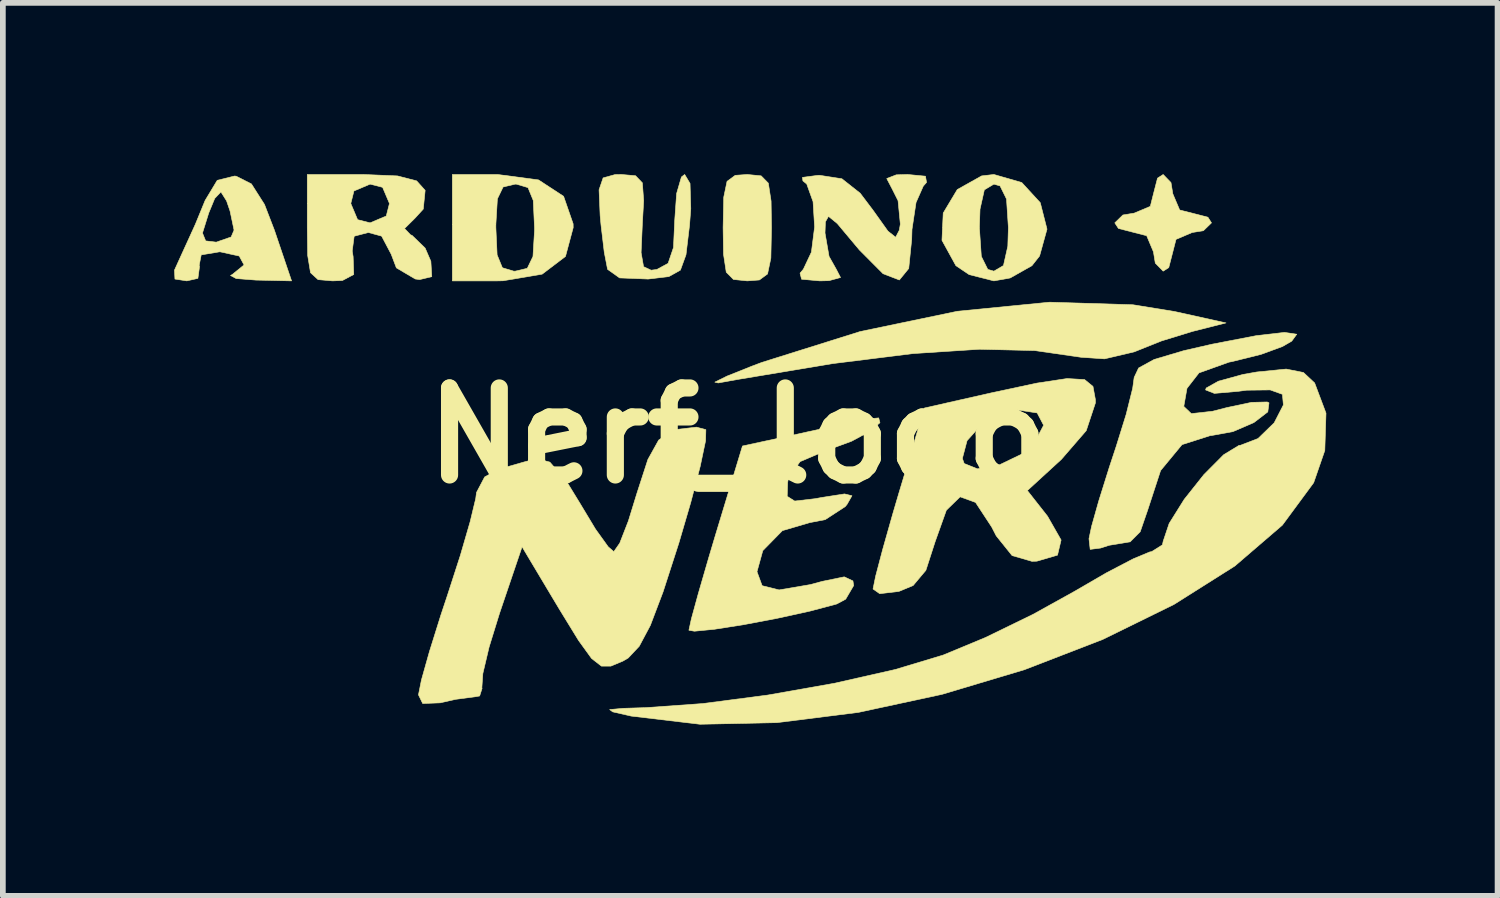
<source format=kicad_pcb>
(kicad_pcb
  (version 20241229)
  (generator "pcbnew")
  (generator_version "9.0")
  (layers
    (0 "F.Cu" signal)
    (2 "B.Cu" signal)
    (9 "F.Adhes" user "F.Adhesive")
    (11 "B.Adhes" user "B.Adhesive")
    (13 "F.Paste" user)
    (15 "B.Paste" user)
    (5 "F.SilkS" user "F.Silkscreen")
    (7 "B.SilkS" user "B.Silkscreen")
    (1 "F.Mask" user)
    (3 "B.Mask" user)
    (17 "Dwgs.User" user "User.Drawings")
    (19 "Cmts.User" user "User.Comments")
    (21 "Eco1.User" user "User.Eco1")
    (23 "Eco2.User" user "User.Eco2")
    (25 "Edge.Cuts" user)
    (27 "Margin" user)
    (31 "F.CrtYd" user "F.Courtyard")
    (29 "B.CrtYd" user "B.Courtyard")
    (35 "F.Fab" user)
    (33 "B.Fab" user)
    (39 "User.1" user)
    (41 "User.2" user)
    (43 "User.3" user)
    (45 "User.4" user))
  (footprint "Nerf_logo"
    (layer "F.Cu")
    (at 9.865 4.577)
    (property "Reference" "Nerf_logo" (at 0 0 0) (layer "F.SilkS") (effects (font (size 1.524 1.524) (thickness 0.3))))
    (attr through_hole)
    (fp_poly (pts (xy 0.412 -4.548) (xy 0.538 -4.42) (xy 0.586 -4.106) (xy 0.593 -3.641) (xy 0.582 -3.107) (xy 0.524 -2.83) (xy 0.381 -2.725) (xy 0.169 -2.709) (xy -0.073 -2.734) (xy -0.199 -2.861) (xy -0.247 -3.176) (xy -0.254 -3.641) (xy -0.243 -4.174) (xy -0.185 -4.452) (xy -0.042 -4.557) (xy 0.169 -4.572) (xy 0.412 -4.548)) (stroke (width 0.01) (type solid)) (fill yes) (layer "F.SilkS"))
    (fp_poly (pts (xy 6.922 -2.291) (xy 7.654 -2.172) (xy 8.551 -1.973) (xy 7.959 -1.823) (xy 7.42 -1.657) (xy 6.948 -1.468) (xy 6.943 -1.466) (xy 6.424 -1.344) (xy 6.011 -1.372) (xy 5.203 -1.489) (xy 4.234 -1.512) (xy 3.068 -1.436) (xy 1.665 -1.261) (xy -0.013 -0.981) (xy -0.339 -0.922) (xy -0.399 -0.936) (xy -0.185 -1.042) (xy 0.258 -1.219) (xy 0.423 -1.281) (xy 2.146 -1.822) (xy 3.849 -2.177) (xy 5.463 -2.336) (xy 6.922 -2.291)) (stroke (width 0.01) (type solid)) (fill yes) (layer "F.SilkS"))
    (fp_poly (pts (xy 7.588 -4.43) (xy 7.62 -4.233) (xy 7.74 -3.95) (xy 7.959 -3.895) (xy 8.234 -3.824) (xy 8.297 -3.725) (xy 8.156 -3.588) (xy 7.959 -3.556) (xy 7.676 -3.436) (xy 7.62 -3.217) (xy 7.549 -2.942) (xy 7.451 -2.879) (xy 7.313 -3.02) (xy 7.281 -3.217) (xy 7.162 -3.5) (xy 6.943 -3.556) (xy 6.668 -3.627) (xy 6.604 -3.725) (xy 6.746 -3.863) (xy 6.943 -3.895) (xy 7.226 -4.014) (xy 7.281 -4.233) (xy 7.352 -4.508) (xy 7.451 -4.572) (xy 7.588 -4.43)) (stroke (width 0.01) (type solid)) (fill yes) (layer "F.SilkS"))
    (fp_poly (pts (xy 4.975 -4.431) (xy 5.299 -4.078) (xy 5.417 -3.615) (xy 5.287 -3.145) (xy 5.153 -2.975) (xy 4.772 -2.76) (xy 4.487 -2.709) (xy 4.054 -2.819) (xy 3.822 -2.975) (xy 3.578 -3.419) (xy 3.588 -3.641) (xy 4.233 -3.641) (xy 4.267 -3.138) (xy 4.38 -2.91) (xy 4.487 -2.879) (xy 4.655 -2.978) (xy 4.731 -3.317) (xy 4.741 -3.641) (xy 4.708 -4.143) (xy 4.595 -4.372) (xy 4.487 -4.403) (xy 4.32 -4.303) (xy 4.244 -3.964) (xy 4.233 -3.641) (xy 3.588 -3.641) (xy 3.6 -3.897) (xy 3.846 -4.308) (xy 4.272 -4.547) (xy 4.487 -4.572) (xy 4.975 -4.431)) (stroke (width 0.01) (type solid)) (fill yes) (layer "F.SilkS"))
    (fp_poly (pts (xy -3.486 -4.477) (xy -3.047 -4.19) (xy -2.88 -3.708) (xy -2.879 -3.641) (xy -3.014 -3.137) (xy -3.422 -2.827) (xy -4.107 -2.711) (xy -4.203 -2.709) (xy -4.995 -2.709) (xy -4.995 -3.641) (xy -4.233 -3.641) (xy -4.211 -3.164) (xy -4.119 -2.939) (xy -3.919 -2.879) (xy -3.895 -2.879) (xy -3.683 -2.929) (xy -3.583 -3.136) (xy -3.556 -3.586) (xy -3.556 -3.641) (xy -3.578 -4.117) (xy -3.67 -4.342) (xy -3.87 -4.402) (xy -3.895 -4.403) (xy -4.106 -4.353) (xy -4.206 -4.146) (xy -4.233 -3.695) (xy -4.233 -3.641) (xy -4.995 -3.641) (xy -4.995 -4.572) (xy -4.203 -4.572) (xy -3.486 -4.477)) (stroke (width 0.01) (type solid)) (fill yes) (layer "F.SilkS"))
    (fp_poly (pts (xy -0.833 -4.415) (xy -0.82 -3.974) (xy -0.842 -3.683) (xy -0.904 -3.166) (xy -1.002 -2.897) (xy -1.205 -2.784) (xy -1.568 -2.741) (xy -2.066 -2.761) (xy -2.277 -2.911) (xy -2.335 -3.211) (xy -2.392 -3.69) (xy -2.407 -3.852) (xy -2.426 -4.304) (xy -2.355 -4.512) (xy -2.147 -4.57) (xy -2.036 -4.572) (xy -1.787 -4.55) (xy -1.668 -4.426) (xy -1.645 -4.114) (xy -1.668 -3.71) (xy -1.69 -3.204) (xy -1.647 -2.958) (xy -1.514 -2.896) (xy -1.414 -2.909) (xy -1.217 -3.016) (xy -1.123 -3.293) (xy -1.101 -3.771) (xy -1.068 -4.239) (xy -0.984 -4.528) (xy -0.927 -4.572) (xy -0.833 -4.415)) (stroke (width 0.01) (type solid)) (fill yes) (layer "F.SilkS"))
    (fp_poly (pts (xy -8.778 -4.541) (xy -8.513 -4.407) (xy -8.284 -4.047) (xy -8.111 -3.598) (xy -7.81 -2.709) (xy -8.435 -2.723) (xy -8.78 -2.75) (xy -8.879 -2.803) (xy -8.848 -2.821) (xy -8.642 -2.988) (xy -8.726 -3.144) (xy -9.058 -3.217) (xy -9.077 -3.217) (xy -9.392 -3.164) (xy -9.428 -2.98) (xy -9.421 -2.963) (xy -9.45 -2.753) (xy -9.644 -2.709) (xy -9.852 -2.741) (xy -9.86 -2.897) (xy -9.734 -3.175) (xy -9.564 -3.547) (xy -9.37 -3.547) (xy -9.314 -3.409) (xy -9.129 -3.387) (xy -8.868 -3.478) (xy -8.817 -3.598) (xy -8.887 -3.932) (xy -8.948 -4.11) (xy -9.047 -4.267) (xy -9.155 -4.153) (xy -9.26 -3.899) (xy -9.37 -3.547) (xy -9.564 -3.547) (xy -9.494 -3.701) (xy -9.323 -4.118) (xy -9.111 -4.47) (xy -8.807 -4.545) (xy -8.778 -4.541)) (stroke (width 0.01) (type solid)) (fill yes) (layer "F.SilkS"))
    (fp_poly (pts (xy -5.957 -4.547) (xy -5.62 -4.46) (xy -5.471 -4.294) (xy -5.504 -3.966) (xy -5.65 -3.806) (xy -5.832 -3.626) (xy -5.726 -3.515) (xy -5.701 -3.506) (xy -5.471 -3.283) (xy -5.371 -3.052) (xy -5.355 -2.783) (xy -5.567 -2.732) (xy -5.644 -2.742) (xy -5.975 -2.937) (xy -6.065 -3.175) (xy -6.233 -3.493) (xy -6.466 -3.556) (xy -6.714 -3.491) (xy -6.748 -3.232) (xy -6.732 -3.133) (xy -6.721 -2.821) (xy -6.919 -2.716) (xy -7.093 -2.709) (xy -7.346 -2.731) (xy -7.478 -2.852) (xy -7.528 -3.155) (xy -7.535 -3.641) (xy -7.535 -4.064) (xy -6.773 -4.064) (xy -6.654 -3.781) (xy -6.435 -3.725) (xy -6.152 -3.845) (xy -6.096 -4.064) (xy -6.216 -4.347) (xy -6.435 -4.403) (xy -6.718 -4.283) (xy -6.773 -4.064) (xy -7.535 -4.064) (xy -7.535 -4.572) (xy -6.556 -4.572) (xy -5.957 -4.547)) (stroke (width 0.01) (type solid)) (fill yes) (layer "F.SilkS"))
    (fp_poly (pts (xy 3.289 -4.542) (xy 3.308 -4.433) (xy 3.251 -4.369) (xy 3.124 -4.082) (xy 3.053 -3.61) (xy 3.048 -3.437) (xy 2.996 -2.926) (xy 2.832 -2.725) (xy 2.547 -2.834) (xy 2.132 -3.251) (xy 2.054 -3.344) (xy 1.745 -3.713) (xy 1.591 -3.839) (xy 1.537 -3.743) (xy 1.53 -3.548) (xy 1.601 -3.137) (xy 1.727 -2.913) (xy 1.802 -2.768) (xy 1.6 -2.713) (xy 1.439 -2.709) (xy 1.12 -2.738) (xy 1.093 -2.844) (xy 1.151 -2.913) (xy 1.292 -3.212) (xy 1.348 -3.653) (xy 1.321 -4.096) (xy 1.21 -4.405) (xy 1.143 -4.46) (xy 1.135 -4.521) (xy 1.399 -4.556) (xy 1.439 -4.557) (xy 1.826 -4.497) (xy 2.146 -4.244) (xy 2.371 -3.946) (xy 2.632 -3.58) (xy 2.767 -3.473) (xy 2.831 -3.596) (xy 2.849 -3.703) (xy 2.809 -4.114) (xy 2.702 -4.327) (xy 2.611 -4.501) (xy 2.778 -4.566) (xy 2.976 -4.572) (xy 3.289 -4.542)) (stroke (width 0.01) (type solid)) (fill yes) (layer "F.SilkS"))
    (fp_poly (pts (xy 9.79 -1.775) (xy 9.702 -1.654) (xy 9.54 -1.56) (xy 9.164 -1.422) (xy 8.661 -1.297) (xy 8.603 -1.286) (xy 8.078 -1.098) (xy 7.868 -0.828) (xy 7.812 -0.511) (xy 7.944 -0.385) (xy 8.314 -0.426) (xy 8.568 -0.491) (xy 8.998 -0.582) (xy 9.273 -0.589) (xy 9.304 -0.574) (xy 9.283 -0.415) (xy 9.039 -0.228) (xy 8.673 -0.07) (xy 8.291 -0.000159) (xy 8.275 0) (xy 7.781 0.158) (xy 7.406 0.612) (xy 7.179 1.306) (xy 7.049 1.683) (xy 6.872 1.861) (xy 6.853 1.863) (xy 6.503 1.921) (xy 6.355 1.969) (xy 6.173 1.992) (xy 6.152 1.805) (xy 6.198 1.588) (xy 6.322 1.148) (xy 6.508 0.554) (xy 6.63 0.185) (xy 6.803 -0.371) (xy 6.917 -0.828) (xy 6.943 -1.018) (xy 7.021 -1.184) (xy 7.293 -1.333) (xy 7.811 -1.487) (xy 8.309 -1.601) (xy 9.077 -1.749) (xy 9.576 -1.807) (xy 9.79 -1.775)) (stroke (width 0.01) (type solid)) (fill yes) (layer "F.SilkS"))
    (fp_poly (pts (xy 2.492 -0.226) (xy 2.317 -0.075) (xy 1.996 0.098) (xy 1.58 0.251) (xy 1.559 0.257) (xy 1.093 0.456) (xy 0.891 0.744) (xy 0.876 0.819) (xy 0.868 1.063) (xy 0.999 1.146) (xy 1.354 1.105) (xy 1.469 1.084) (xy 1.872 1.021) (xy 2.002 1.053) (xy 1.916 1.204) (xy 1.884 1.243) (xy 1.534 1.471) (xy 1.261 1.524) (xy 0.784 1.664) (xy 0.441 2.014) (xy 0.339 2.383) (xy 0.429 2.628) (xy 0.726 2.702) (xy 1.271 2.609) (xy 1.483 2.552) (xy 1.867 2.473) (xy 2.019 2.544) (xy 2.032 2.625) (xy 1.892 2.864) (xy 1.736 2.948) (xy 1.271 3.072) (xy 0.698 3.198) (xy 0.108 3.31) (xy -0.407 3.391) (xy -0.756 3.425) (xy -0.853 3.408) (xy -0.81 3.21) (xy -0.688 2.765) (xy -0.509 2.148) (xy -0.388 1.742) (xy 0.085 0.182) (xy 0.928 -0.000188) (xy 1.515 -0.129) (xy 2.031 -0.244) (xy 2.198 -0.283) (xy 2.47 -0.31) (xy 2.492 -0.226)) (stroke (width 0.01) (type solid)) (fill yes) (layer "F.SilkS"))
    (fp_poly (pts (xy 6.075 -0.981) (xy 6.222 -0.861) (xy 6.264 -0.633) (xy 6.265 -0.573) (xy 6.104 -0.087) (xy 5.669 0.416) (xy 5.073 0.962) (xy 5.426 1.411) (xy 5.664 1.828) (xy 5.601 2.093) (xy 5.239 2.199) (xy 5.152 2.201) (xy 4.806 2.101) (xy 4.528 1.755) (xy 4.45 1.603) (xy 4.166 1.17) (xy 3.896 1.072) (xy 3.655 1.306) (xy 3.459 1.855) (xy 3.296 2.359) (xy 3.073 2.625) (xy 2.824 2.728) (xy 2.488 2.768) (xy 2.371 2.686) (xy 2.417 2.46) (xy 2.54 1.993) (xy 2.718 1.365) (xy 2.82 1.019) (xy 3.006 0.4) (xy 3.935 0.4) (xy 3.967 0.489) (xy 4.199 0.582) (xy 4.578 0.515) (xy 4.975 0.324) (xy 5.184 0.148) (xy 5.358 -0.181) (xy 5.245 -0.397) (xy 4.888 -0.451) (xy 4.677 -0.413) (xy 4.292 -0.218) (xy 4.017 0.089) (xy 3.935 0.4) (xy 3.006 0.4) (xy 3.27 -0.483) (xy 4.45 -0.75) (xy 5.245 -0.92) (xy 5.768 -0.999) (xy 6.075 -0.981)) (stroke (width 0.01) (type solid)) (fill yes) (layer "F.SilkS"))
    (fp_poly (pts (xy -0.556 -0.104) (xy -0.561 0.09) (xy -0.655 0.538) (xy -0.821 1.172) (xy -1.029 1.881) (xy -1.306 2.738) (xy -1.528 3.323) (xy -1.723 3.689) (xy -1.916 3.894) (xy -2.008 3.948) (xy -2.219 4.036) (xy -2.385 4.036) (xy -2.557 3.902) (xy -2.785 3.587) (xy -3.117 3.046) (xy -3.284 2.767) (xy -3.774 1.947) (xy -4.169 3.112) (xy -4.351 3.701) (xy -4.461 4.166) (xy -4.478 4.415) (xy -4.474 4.425) (xy -4.517 4.559) (xy -4.604 4.574) (xy -4.94 4.618) (xy -5.207 4.679) (xy -5.514 4.691) (xy -5.588 4.539) (xy -5.536 4.279) (xy -5.397 3.785) (xy -5.196 3.143) (xy -5.08 2.794) (xy -4.856 2.102) (xy -4.683 1.507) (xy -4.585 1.1) (xy -4.572 0.996) (xy -4.429 0.724) (xy -4.191 0.591) (xy -3.757 0.467) (xy -3.527 0.403) (xy -3.288 0.464) (xy -3 0.794) (xy -2.765 1.178) (xy -2.488 1.638) (xy -2.265 1.948) (xy -2.168 2.032) (xy -2.064 1.883) (xy -1.912 1.493) (xy -1.764 1.013) (xy -1.571 0.418) (xy -1.382 0.078) (xy -1.148 -0.084) (xy -1.07 -0.108) (xy -0.72 -0.148) (xy -0.556 -0.104)) (stroke (width 0.01) (type solid)) (fill yes) (layer "F.SilkS"))
    (fp_poly (pts (xy 9.907 -1.105) (xy 10.103 -0.922) (xy 10.302 -0.393) (xy 10.281 0.261) (xy 10.086 0.825) (xy 9.538 1.568) (xy 8.705 2.284) (xy 7.639 2.957) (xy 6.395 3.568) (xy 5.024 4.098) (xy 3.58 4.53) (xy 2.116 4.846) (xy 0.686 5.026) (xy -0.658 5.054) (xy -1.862 4.911) (xy -1.863 4.911) (xy -2.187 4.837) (xy -2.241 4.797) (xy -2.001 4.775) (xy -1.609 4.763) (xy -0.614 4.692) (xy 0.527 4.543) (xy 1.692 4.337) (xy 2.761 4.095) (xy 3.601 3.842) (xy 4.34 3.535) (xy 5.174 3.129) (xy 5.888 2.733) (xy 6.457 2.403) (xy 6.928 2.157) (xy 7.216 2.037) (xy 7.249 2.032) (xy 7.438 1.913) (xy 7.451 1.851) (xy 7.556 1.538) (xy 7.82 1.116) (xy 8.164 0.683) (xy 8.51 0.335) (xy 8.778 0.172) (xy 8.804 0.169) (xy 9.112 0.051) (xy 9.395 -0.224) (xy 9.556 -0.537) (xy 9.539 -0.723) (xy 9.325 -0.8) (xy 8.913 -0.795) (xy 8.772 -0.776) (xy 8.347 -0.739) (xy 8.194 -0.8) (xy 8.204 -0.833) (xy 8.419 -0.953) (xy 8.848 -1.071) (xy 9.091 -1.114) (xy 9.605 -1.165) (xy 9.907 -1.105)) (stroke (width 0.01) (type solid)) (fill yes) (layer "F.SilkS")))
  (gr_rect
    (start -3 -3)
    (end 23.171 12.636)
    (stroke (width 0.1) (type default))
    (fill no)
    (layer "Edge.Cuts")))
</source>
